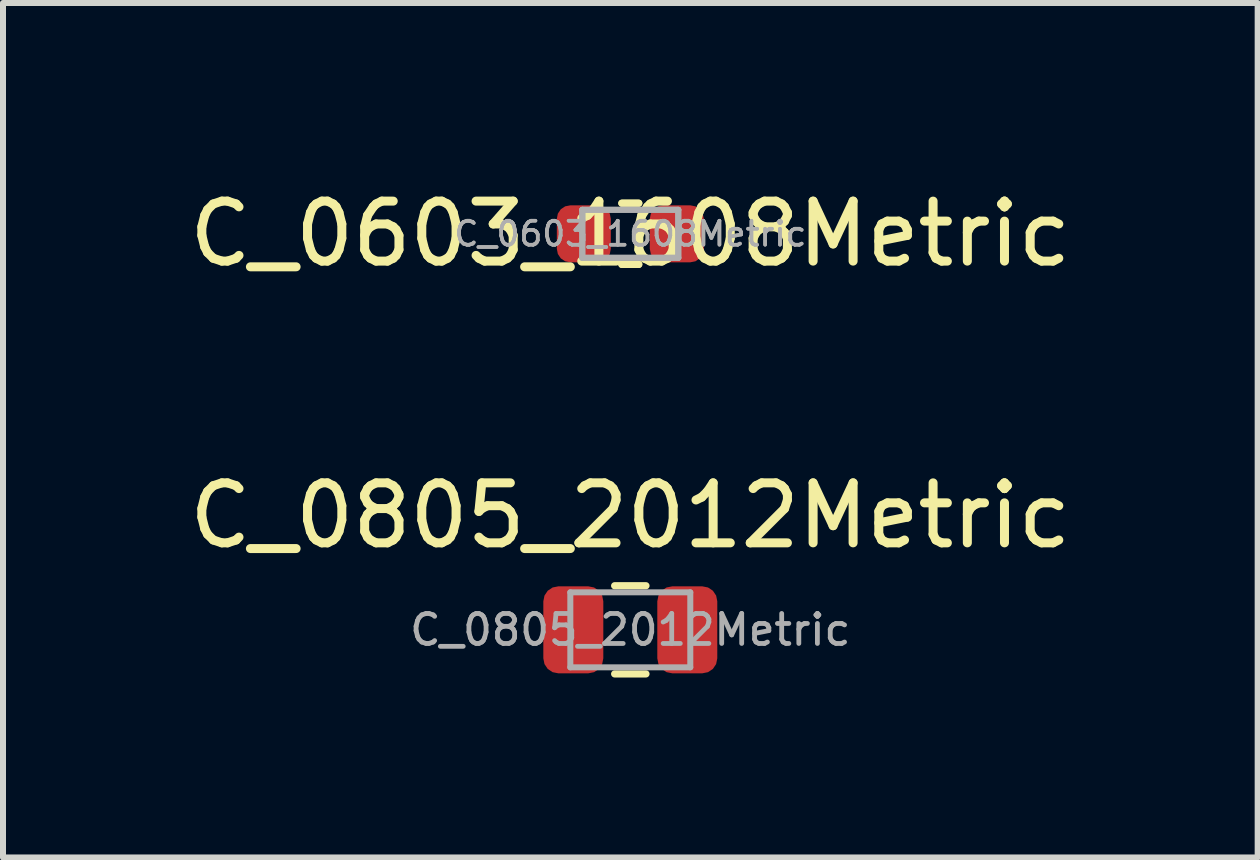
<source format=kicad_pcb>
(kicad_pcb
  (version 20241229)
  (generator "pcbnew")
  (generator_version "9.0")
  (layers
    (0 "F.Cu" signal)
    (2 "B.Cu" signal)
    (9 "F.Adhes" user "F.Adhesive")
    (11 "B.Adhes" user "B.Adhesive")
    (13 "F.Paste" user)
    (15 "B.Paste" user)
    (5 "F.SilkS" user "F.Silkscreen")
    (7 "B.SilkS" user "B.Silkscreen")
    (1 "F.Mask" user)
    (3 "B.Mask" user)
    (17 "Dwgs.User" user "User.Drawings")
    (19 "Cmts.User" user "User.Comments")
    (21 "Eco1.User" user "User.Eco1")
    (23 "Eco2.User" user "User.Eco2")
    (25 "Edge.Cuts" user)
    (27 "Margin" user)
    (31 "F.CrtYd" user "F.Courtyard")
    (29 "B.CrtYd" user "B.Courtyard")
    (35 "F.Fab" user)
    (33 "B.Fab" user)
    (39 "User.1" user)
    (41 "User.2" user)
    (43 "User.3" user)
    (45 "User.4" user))
  (footprint "C_0603_1608Metric"
    (layer "F.Cu")
    (at 7.458 0.848)
    (property "Reference" "C_0603_1608Metric" (at 0 0 0) (layer "F.SilkS") (effects (font (size 1 1) (thickness 0.15))))
    (attr smd)
    (fp_line (start -0.141 -0.51) (end 0.141 -0.51) (stroke (width 0.12) (type solid)) (layer "F.SilkS"))
    (fp_line (start -0.141 -0.51) (end 0.141 -0.51) (stroke (width 0.12) (type solid)) (layer "F.SilkS"))
    (fp_line (start -0.141 0.51) (end 0.141 0.51) (stroke (width 0.12) (type solid)) (layer "F.SilkS"))
    (fp_line (start -0.141 0.51) (end 0.141 0.51) (stroke (width 0.12) (type solid)) (layer "F.SilkS"))
    (fp_line (start -0.8 -0.4) (end 0.8 -0.4) (stroke (width 0.1) (type solid)) (layer "F.Fab"))
    (fp_line (start -0.8 -0.4) (end 0.8 -0.4) (stroke (width 0.1) (type solid)) (layer "F.Fab"))
    (fp_line (start -0.8 0.4) (end -0.8 -0.4) (stroke (width 0.1) (type solid)) (layer "F.Fab"))
    (fp_line (start -0.8 0.4) (end -0.8 -0.4) (stroke (width 0.1) (type solid)) (layer "F.Fab"))
    (fp_line (start 0.8 -0.4) (end 0.8 0.4) (stroke (width 0.1) (type solid)) (layer "F.Fab"))
    (fp_line (start 0.8 -0.4) (end 0.8 0.4) (stroke (width 0.1) (type solid)) (layer "F.Fab"))
    (fp_line (start 0.8 0.4) (end -0.8 0.4) (stroke (width 0.1) (type solid)) (layer "F.Fab"))
    (fp_line (start 0.8 0.4) (end -0.8 0.4) (stroke (width 0.1) (type solid)) (layer "F.Fab"))
    (fp_text user "${REFERENCE}" (at 0 0 0) (layer "F.Fab") (effects (font (size 0.4 0.4) (thickness 0.06))))
    (fp_text user "${REFERENCE}" (at 0 0 0) (layer "F.Fab") (effects (font (size 0.4 0.4) (thickness 0.06))))
    (pad "1" smd roundrect (at -0.775 0) (size 0.9 0.95) (layers "F.Cu" "F.Mask" "F.Paste") (roundrect_rratio 0.25))
    (pad "2" smd roundrect (at 0.775 0) (size 0.9 0.95) (layers "F.Cu" "F.Mask" "F.Paste") (roundrect_rratio 0.25)))
  (footprint "C_0805_2012Metric"
    (layer "F.Cu")
    (at 7.458 7.45)
    (property "Reference" "C_0805_2012Metric" (at 0 -1.905 0) (layer "F.SilkS") (effects (font (size 1 1) (thickness 0.15))))
    (attr smd)
    (fp_line (start -0.261 -0.735) (end 0.261 -0.735) (stroke (width 0.12) (type solid)) (layer "F.SilkS"))
    (fp_line (start -0.261 0.735) (end 0.261 0.735) (stroke (width 0.12) (type solid)) (layer "F.SilkS"))
    (fp_line (start -1 -0.625) (end 1 -0.625) (stroke (width 0.1) (type solid)) (layer "F.Fab"))
    (fp_line (start -1 0.625) (end -1 -0.625) (stroke (width 0.1) (type solid)) (layer "F.Fab"))
    (fp_line (start 1 -0.625) (end 1 0.625) (stroke (width 0.1) (type solid)) (layer "F.Fab"))
    (fp_line (start 1 0.625) (end -1 0.625) (stroke (width 0.1) (type solid)) (layer "F.Fab"))
    (fp_text user "${REFERENCE}" (at 0 0 0) (layer "F.Fab") (effects (font (size 0.5 0.5) (thickness 0.08))))
    (pad "1" smd roundrect (at -0.95 0) (size 1 1.45) (layers "F.Cu" "F.Mask" "F.Paste") (roundrect_rratio 0.25))
    (pad "2" smd roundrect (at 0.95 0) (size 1 1.45) (layers "F.Cu" "F.Mask" "F.Paste") (roundrect_rratio 0.25)))
  (gr_rect
    (start -3 -3)
    (end 17.917 11.245)
    (stroke (width 0.1) (type default))
    (fill no)
    (layer "Edge.Cuts")))
</source>
